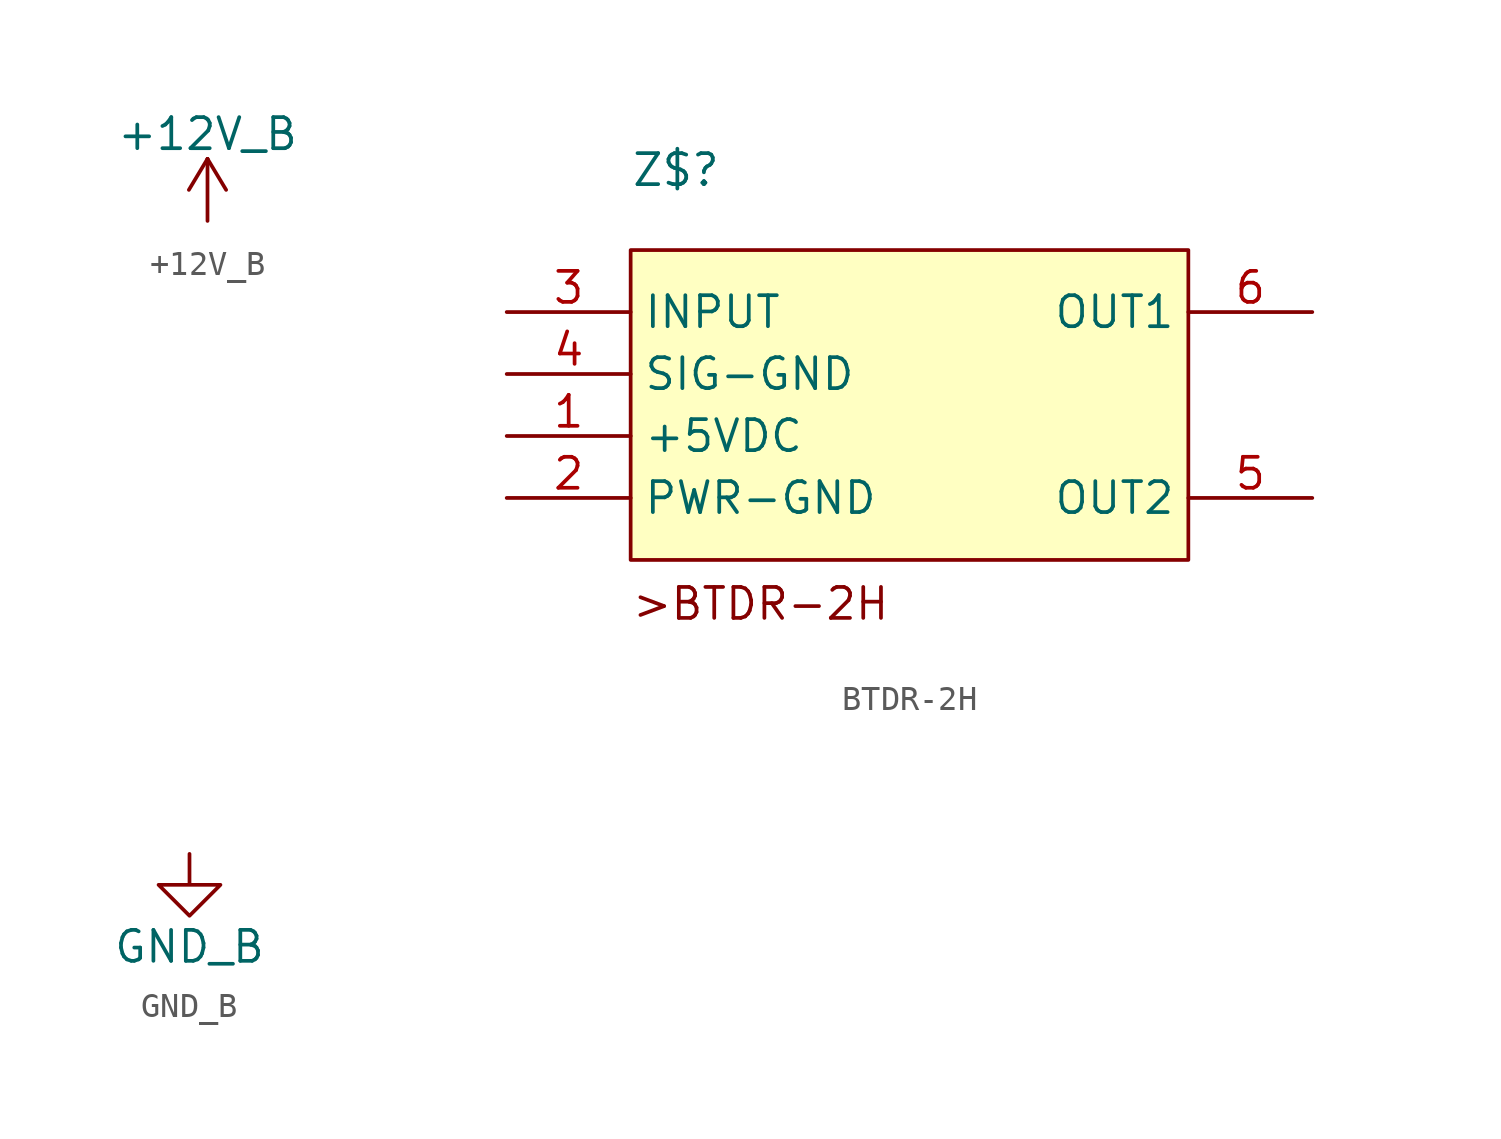
<source format=kicad_sym>
(kicad_symbol_lib
  (version 20211014)
  (generator kicad_symbol_editor)
  (symbol "+12V_B"
    (power)
    (pin_names
      (offset 0))
    (property "Reference" "#PWR"
      (at 0 -3.81 0)
      (effects (font (size 1.27 1.27)) hide))
    (property "Value" "+12V_B"
      (at 0 3.556 0)
      (effects (font (size 1.27 1.27))))
    (symbol "+12V_B_0_1"
      (polyline (pts (xy -0.762 1.27) (xy 0 2.54)) (stroke (width 0) (type default) (color 0 0 0 0)) (fill (type none)))
      (polyline (pts (xy 0 0) (xy 0 2.54)) (stroke (width 0) (type default) (color 0 0 0 0)) (fill (type none)))
      (polyline (pts (xy 0 2.54) (xy 0.762 1.27)) (stroke (width 0) (type default) (color 0 0 0 0)) (fill (type none))))
    (symbol "+12V_B_1_1"
      (pin power_in line (at 0 0 90) (length 0) hide (name "+12V_B" (effects (font (size 1.27 1.27)))) (number "1" (effects (font (size 1.27 1.27)))))))
  (symbol "BTDR-2H"
    (property "Reference" "Z$"
      (at -10.16 10.16 0)
      (effects (font (size 1.27 1.27)) (justify left bottom)))
    (property "ki_locked" ""
      (at 0 0 0)
      (effects (font (size 1.27 1.27))))
    (symbol "BTDR-2H_1_0"
      (text ">BTDR-2H" (at -10.16 -7.62 0) (effects (font (size 1.27 1.27)) (justify left bottom)))
      (pin power_in line (at -15.24 0 0) (length 5.08) (name "+5VDC" (effects (font (size 1.27 1.27)))) (number "1" (effects (font (size 1.27 1.27)))))
      (pin power_in line (at -15.24 -2.54 0) (length 5.08) (name "PWR-GND" (effects (font (size 1.27 1.27)))) (number "2" (effects (font (size 1.27 1.27)))))
      (pin input line (at -15.24 5.08 0) (length 5.08) (name "INPUT" (effects (font (size 1.27 1.27)))) (number "3" (effects (font (size 1.27 1.27)))))
      (pin power_in line (at -15.24 2.54 0) (length 5.08) (name "SIG-GND" (effects (font (size 1.27 1.27)))) (number "4" (effects (font (size 1.27 1.27)))))
      (pin output line (at 17.78 -2.54 180) (length 5.08) (name "OUT2" (effects (font (size 1.27 1.27)))) (number "5" (effects (font (size 1.27 1.27)))))
      (pin power_out line (at 17.78 5.08 180) (length 5.08) (name "OUT1" (effects (font (size 1.27 1.27)))) (number "6" (effects (font (size 1.27 1.27))))))
    (symbol "BTDR-2H_1_1"
      (rectangle (start -10.16 7.62) (end 12.7 -5.08) (stroke (width 0.152) (type default) (color 0 0 0 0)) (fill (type background)))))
  (symbol "GND_B"
    (power)
    (pin_names
      (offset 0))
    (property "Reference" "#PWR"
      (at 0 -6.35 0)
      (effects (font (size 1.27 1.27)) hide))
    (property "Value" "GND_B"
      (at 0 -3.81 0)
      (effects (font (size 1.27 1.27))))
    (symbol "GND_B_0_1"
      (polyline (pts (xy 0 0) (xy 0 -1.27) (xy 1.27 -1.27) (xy 0 -2.54) (xy -1.27 -1.27) (xy 0 -1.27)) (stroke (width 0) (type default) (color 0 0 0 0)) (fill (type none))))
    (symbol "GND_B_1_1"
      (pin power_in line (at 0 0 270) (length 0) hide (name "GND_B" (effects (font (size 1.27 1.27)))) (number "1" (effects (font (size 1.27 1.27))))))))
</source>
